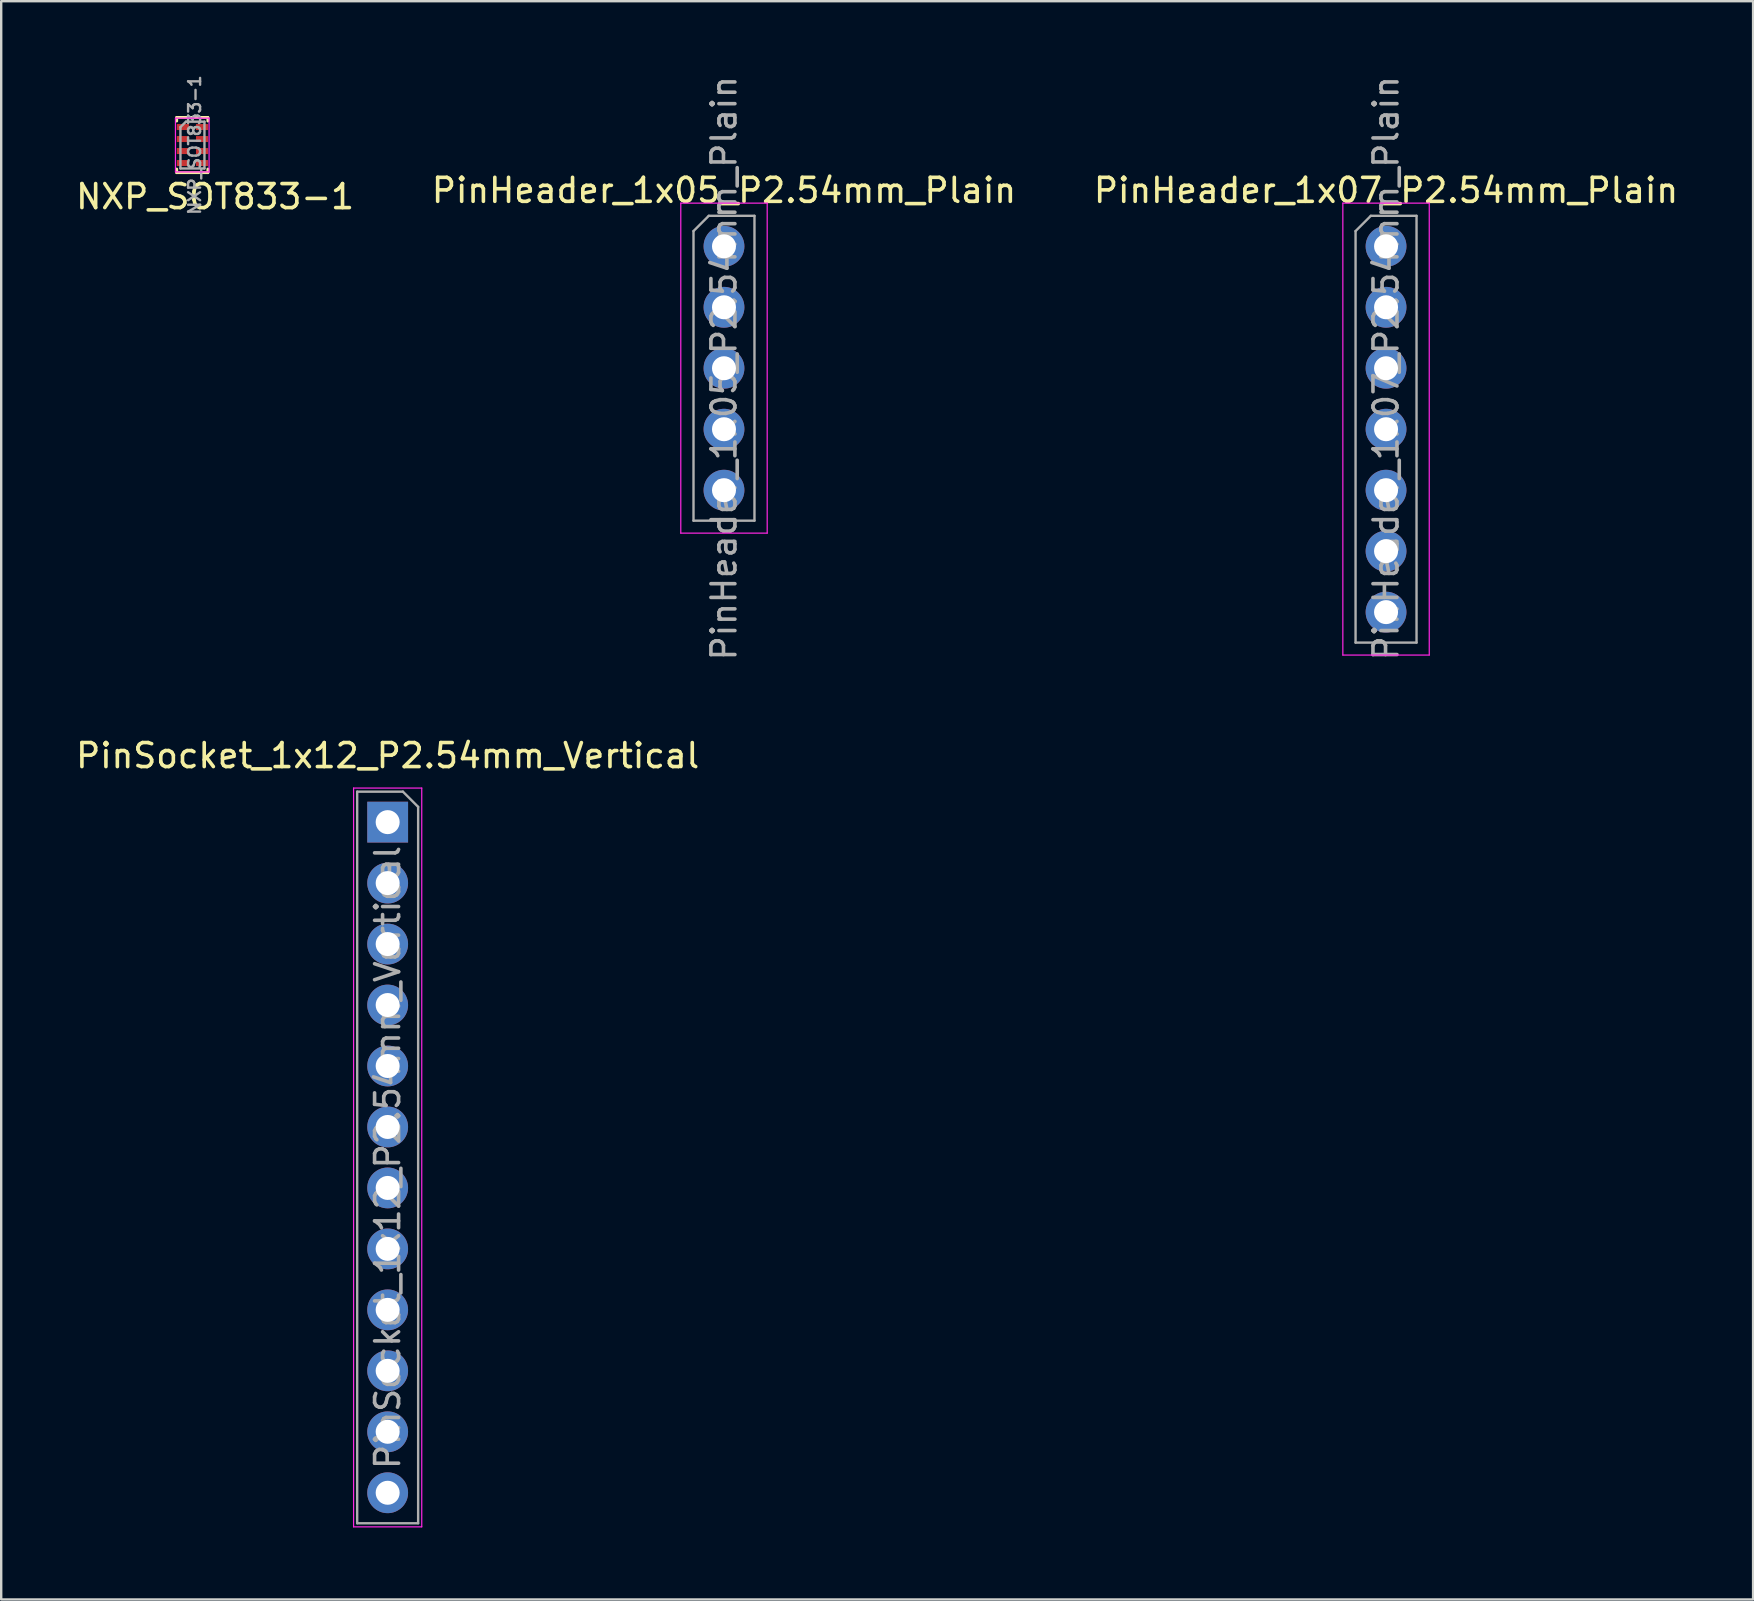
<source format=kicad_pcb>
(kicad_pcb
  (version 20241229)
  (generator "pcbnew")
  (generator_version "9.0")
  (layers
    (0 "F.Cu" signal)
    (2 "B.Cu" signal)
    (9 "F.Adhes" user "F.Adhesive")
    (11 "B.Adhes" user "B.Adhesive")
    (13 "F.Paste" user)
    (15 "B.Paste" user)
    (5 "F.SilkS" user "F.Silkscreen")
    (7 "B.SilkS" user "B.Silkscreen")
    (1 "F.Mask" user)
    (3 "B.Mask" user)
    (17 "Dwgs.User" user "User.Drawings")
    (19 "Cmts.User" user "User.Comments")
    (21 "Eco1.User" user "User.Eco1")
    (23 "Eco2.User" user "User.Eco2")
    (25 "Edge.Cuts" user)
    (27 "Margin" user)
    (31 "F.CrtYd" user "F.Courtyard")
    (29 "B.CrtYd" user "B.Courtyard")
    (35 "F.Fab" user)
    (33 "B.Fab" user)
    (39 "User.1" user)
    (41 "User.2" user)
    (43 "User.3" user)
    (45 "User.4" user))
  (footprint "PinHeader_1x07_P2.54mm_Plain"
    (layer "F.Cu")
    (at 54.696 7.212)
    (property "Reference" "PinHeader_1x07_P2.54mm_Plain" (at 0 -2.33 0) (layer "F.SilkS") (effects (font (size 1 1) (thickness 0.15))))
    (attr through_hole)
    (fp_line (start -1.8 -1.8) (end -1.8 17.03) (stroke (width 0.05) (type solid)) (layer "F.CrtYd"))
    (fp_line (start -1.8 17.03) (end 1.8 17.03) (stroke (width 0.05) (type solid)) (layer "F.CrtYd"))
    (fp_line (start 1.8 -1.8) (end -1.8 -1.8) (stroke (width 0.05) (type solid)) (layer "F.CrtYd"))
    (fp_line (start 1.8 17.03) (end 1.8 -1.8) (stroke (width 0.05) (type solid)) (layer "F.CrtYd"))
    (fp_line (start -1.27 -0.635) (end -0.635 -1.27) (stroke (width 0.1) (type solid)) (layer "F.Fab"))
    (fp_line (start -1.27 16.51) (end -1.27 -0.635) (stroke (width 0.1) (type solid)) (layer "F.Fab"))
    (fp_line (start -0.635 -1.27) (end 1.27 -1.27) (stroke (width 0.1) (type solid)) (layer "F.Fab"))
    (fp_line (start 1.27 -1.27) (end 1.27 16.51) (stroke (width 0.1) (type solid)) (layer "F.Fab"))
    (fp_line (start 1.27 16.51) (end -1.27 16.51) (stroke (width 0.1) (type solid)) (layer "F.Fab"))
    (fp_text user "${REFERENCE}" (at 0 5.08 90) (layer "F.Fab") (effects (font (size 1 1) (thickness 0.15))))
    (pad "1" thru_hole oval (at 0 0) (size 1.7 1.7) (drill 1) (layers "*.Cu" "*.Mask"))
    (pad "2" thru_hole oval (at 0 2.54) (size 1.7 1.7) (drill 1) (layers "*.Cu" "*.Mask"))
    (pad "3" thru_hole oval (at 0 5.08) (size 1.7 1.7) (drill 1) (layers "*.Cu" "*.Mask"))
    (pad "4" thru_hole oval (at 0 7.62) (size 1.7 1.7) (drill 1) (layers "*.Cu" "*.Mask"))
    (pad "5" thru_hole oval (at 0 10.16) (size 1.7 1.7) (drill 1) (layers "*.Cu" "*.Mask"))
    (pad "6" thru_hole oval (at 0 12.7) (size 1.7 1.7) (drill 1) (layers "*.Cu" "*.Mask"))
    (pad "7" thru_hole oval (at 0 15.24) (size 1.7 1.7) (drill 1) (layers "*.Cu" "*.Mask")))
  (footprint "PinHeader_1x05_P2.54mm_Plain"
    (layer "F.Cu")
    (at 27.113 7.212)
    (property "Reference" "PinHeader_1x05_P2.54mm_Plain" (at 0 -2.33 0) (layer "F.SilkS") (effects (font (size 1 1) (thickness 0.15))))
    (attr through_hole)
    (fp_line (start -1.8 -1.8) (end -1.8 11.95) (stroke (width 0.05) (type solid)) (layer "F.CrtYd"))
    (fp_line (start -1.8 11.95) (end 1.8 11.95) (stroke (width 0.05) (type solid)) (layer "F.CrtYd"))
    (fp_line (start 1.8 -1.8) (end -1.8 -1.8) (stroke (width 0.05) (type solid)) (layer "F.CrtYd"))
    (fp_line (start 1.8 11.95) (end 1.8 -1.8) (stroke (width 0.05) (type solid)) (layer "F.CrtYd"))
    (fp_line (start -1.27 -0.635) (end -0.635 -1.27) (stroke (width 0.1) (type solid)) (layer "F.Fab"))
    (fp_line (start -1.27 11.43) (end -1.27 -0.635) (stroke (width 0.1) (type solid)) (layer "F.Fab"))
    (fp_line (start -0.635 -1.27) (end 1.27 -1.27) (stroke (width 0.1) (type solid)) (layer "F.Fab"))
    (fp_line (start 1.27 -1.27) (end 1.27 11.43) (stroke (width 0.1) (type solid)) (layer "F.Fab"))
    (fp_line (start 1.27 11.43) (end -1.27 11.43) (stroke (width 0.1) (type solid)) (layer "F.Fab"))
    (fp_text user "${REFERENCE}" (at 0 5.08 90) (layer "F.Fab") (effects (font (size 1 1) (thickness 0.15))))
    (pad "1" thru_hole oval (at 0 0) (size 1.7 1.7) (drill 1) (layers "*.Cu" "*.Mask"))
    (pad "2" thru_hole oval (at 0 2.54) (size 1.7 1.7) (drill 1) (layers "*.Cu" "*.Mask"))
    (pad "3" thru_hole oval (at 0 5.08) (size 1.7 1.7) (drill 1) (layers "*.Cu" "*.Mask"))
    (pad "4" thru_hole oval (at 0 7.62) (size 1.7 1.7) (drill 1) (layers "*.Cu" "*.Mask"))
    (pad "5" thru_hole oval (at 0 10.16) (size 1.7 1.7) (drill 1) (layers "*.Cu" "*.Mask")))
  (footprint "NXP_SOT833-1"
    (layer "F.Cu")
    (at 4.968 2.993)
    (property "Reference" "NXP_SOT833-1" (at 0.943 2.15 180) (layer "F.SilkS") (effects (font (size 1 1) (thickness 0.15))))
    (attr smd)
    (fp_line (start -0.657 -1.15) (end -0.657 -1) (stroke (width 0.12) (type solid)) (layer "F.SilkS"))
    (fp_line (start -0.657 1.15) (end -0.657 1) (stroke (width 0.12) (type solid)) (layer "F.SilkS"))
    (fp_line (start 0.642 -1.15) (end -0.657 -1.15) (stroke (width 0.12) (type solid)) (layer "F.SilkS"))
    (fp_line (start 0.642 -1) (end 0.642 -1.15) (stroke (width 0.12) (type solid)) (layer "F.SilkS"))
    (fp_line (start 0.642 1) (end 0.642 1.15) (stroke (width 0.12) (type solid)) (layer "F.SilkS"))
    (fp_line (start 0.642 1.15) (end -0.657 1.15) (stroke (width 0.12) (type solid)) (layer "F.SilkS"))
    (fp_poly (pts (xy -0.55 -0.69) (xy -0.55 -0.81) (xy -0.25 -0.81) (xy -0.25 -0.69)) (stroke (width 0.1) (type solid)) (fill yes) (layer "F.Paste"))
    (fp_poly (pts (xy -0.55 -0.19) (xy -0.55 -0.31) (xy -0.25 -0.31) (xy -0.25 -0.19)) (stroke (width 0.1) (type solid)) (fill yes) (layer "F.Paste"))
    (fp_poly (pts (xy -0.55 0.31) (xy -0.55 0.19) (xy -0.25 0.19) (xy -0.25 0.31)) (stroke (width 0.1) (type solid)) (fill yes) (layer "F.Paste"))
    (fp_poly (pts (xy -0.55 0.81) (xy -0.55 0.69) (xy -0.25 0.69) (xy -0.25 0.81)) (stroke (width 0.1) (type solid)) (fill yes) (layer "F.Paste"))
    (fp_poly (pts (xy 0.24 -0.69) (xy 0.24 -0.81) (xy 0.54 -0.81) (xy 0.54 -0.69)) (stroke (width 0.1) (type solid)) (fill yes) (layer "F.Paste"))
    (fp_poly (pts (xy 0.24 -0.19) (xy 0.24 -0.31) (xy 0.54 -0.31) (xy 0.54 -0.19)) (stroke (width 0.1) (type solid)) (fill yes) (layer "F.Paste"))
    (fp_poly (pts (xy 0.24 0.31) (xy 0.24 0.19) (xy 0.54 0.19) (xy 0.54 0.31)) (stroke (width 0.1) (type solid)) (fill yes) (layer "F.Paste"))
    (fp_poly (pts (xy 0.24 0.81) (xy 0.24 0.69) (xy 0.54 0.69) (xy 0.54 0.81)) (stroke (width 0.1) (type solid)) (fill yes) (layer "F.Paste"))
    (fp_line (start -0.708 -1.12) (end 0.693 -1.12) (stroke (width 0.05) (type solid)) (layer "F.CrtYd"))
    (fp_line (start -0.708 1.12) (end -0.708 -1.12) (stroke (width 0.05) (type solid)) (layer "F.CrtYd"))
    (fp_line (start 0.693 -1.12) (end 0.693 1.12) (stroke (width 0.05) (type solid)) (layer "F.CrtYd"))
    (fp_line (start 0.693 1.12) (end -0.708 1.12) (stroke (width 0.05) (type solid)) (layer "F.CrtYd"))
    (fp_line (start -0.5 -0.75) (end -0.27 -0.975) (stroke (width 0.1) (type solid)) (layer "F.Fab"))
    (fp_line (start -0.5 0.975) (end -0.5 -0.75) (stroke (width 0.1) (type solid)) (layer "F.Fab"))
    (fp_line (start 0.5 -0.975) (end -0.27 -0.975) (stroke (width 0.1) (type solid)) (layer "F.Fab"))
    (fp_line (start 0.5 -0.975) (end 0.5 0.975) (stroke (width 0.1) (type solid)) (layer "F.Fab"))
    (fp_line (start 0.5 0.975) (end -0.5 0.975) (stroke (width 0.1) (type solid)) (layer "F.Fab"))
    (fp_text user "${REFERENCE}" (at 0.092 0 270) (layer "F.Fab") (effects (font (size 0.5 0.5) (thickness 0.1))))
    (pad "1" smd rect (at -0.4 -0.75 270) (size 0.25 0.505) (layers "F.Cu" "F.Mask"))
    (pad "2" smd rect (at -0.4 -0.25 270) (size 0.25 0.505) (layers "F.Cu" "F.Mask"))
    (pad "3" smd rect (at -0.4 0.25 270) (size 0.25 0.505) (layers "F.Cu" "F.Mask"))
    (pad "4" smd rect (at -0.4 0.75 270) (size 0.25 0.505) (layers "F.Cu" "F.Mask"))
    (pad "5" smd rect (at 0.4 0.75 270) (size 0.25 0.505) (layers "F.Cu" "F.Mask"))
    (pad "6" smd rect (at 0.4 0.25 270) (size 0.25 0.505) (layers "F.Cu" "F.Mask"))
    (pad "7" smd rect (at 0.4 -0.25 270) (size 0.25 0.505) (layers "F.Cu" "F.Mask"))
    (pad "8" smd rect (at 0.4 -0.75 270) (size 0.25 0.505) (layers "F.Cu" "F.Mask")))
  (footprint "PinSocket_1x12_P2.54mm_Vertical"
    (layer "F.Cu")
    (at 13.101 31.202)
    (property "Reference" "PinSocket_1x12_P2.54mm_Vertical" (at 0 -2.77 0) (layer "F.SilkS") (effects (font (size 1 1) (thickness 0.15))))
    (attr through_hole)
    (fp_line (start -1.42 -1.42) (end 1.42 -1.42) (stroke (width 0.05) (type solid)) (layer "F.CrtYd"))
    (fp_line (start -1.42 29.36) (end -1.42 -1.42) (stroke (width 0.05) (type solid)) (layer "F.CrtYd"))
    (fp_line (start 1.42 -1.42) (end 1.42 29.36) (stroke (width 0.05) (type solid)) (layer "F.CrtYd"))
    (fp_line (start 1.42 29.36) (end -1.42 29.36) (stroke (width 0.05) (type solid)) (layer "F.CrtYd"))
    (fp_line (start -1.27 -1.27) (end 0.635 -1.27) (stroke (width 0.1) (type solid)) (layer "F.Fab"))
    (fp_line (start -1.27 29.21) (end -1.27 -1.27) (stroke (width 0.1) (type solid)) (layer "F.Fab"))
    (fp_line (start 0.635 -1.27) (end 1.27 -0.635) (stroke (width 0.1) (type solid)) (layer "F.Fab"))
    (fp_line (start 1.27 -0.635) (end 1.27 29.21) (stroke (width 0.1) (type solid)) (layer "F.Fab"))
    (fp_line (start 1.27 29.21) (end -1.27 29.21) (stroke (width 0.1) (type solid)) (layer "F.Fab"))
    (fp_text user "${REFERENCE}" (at 0 13.97 90) (layer "F.Fab") (effects (font (size 1 1) (thickness 0.15))))
    (pad "1" thru_hole rect (at 0 0) (size 1.7 1.7) (drill 1) (layers "*.Cu" "*.Mask"))
    (pad "2" thru_hole oval (at 0 2.54) (size 1.7 1.7) (drill 1) (layers "*.Cu" "*.Mask"))
    (pad "3" thru_hole oval (at 0 5.08) (size 1.7 1.7) (drill 1) (layers "*.Cu" "*.Mask"))
    (pad "4" thru_hole oval (at 0 7.62) (size 1.7 1.7) (drill 1) (layers "*.Cu" "*.Mask"))
    (pad "5" thru_hole oval (at 0 10.16) (size 1.7 1.7) (drill 1) (layers "*.Cu" "*.Mask"))
    (pad "6" thru_hole oval (at 0 12.7) (size 1.7 1.7) (drill 1) (layers "*.Cu" "*.Mask"))
    (pad "7" thru_hole oval (at 0 15.24) (size 1.7 1.7) (drill 1) (layers "*.Cu" "*.Mask"))
    (pad "8" thru_hole oval (at 0 17.78) (size 1.7 1.7) (drill 1) (layers "*.Cu" "*.Mask"))
    (pad "9" thru_hole oval (at 0 20.32) (size 1.7 1.7) (drill 1) (layers "*.Cu" "*.Mask"))
    (pad "10" thru_hole oval (at 0 22.86) (size 1.7 1.7) (drill 1) (layers "*.Cu" "*.Mask"))
    (pad "11" thru_hole oval (at 0 25.4) (size 1.7 1.7) (drill 1) (layers "*.Cu" "*.Mask"))
    (pad "12" thru_hole oval (at 0 27.94) (size 1.7 1.7) (drill 1) (layers "*.Cu" "*.Mask")))
  (gr_rect
    (start -3 -3)
    (end 69.988 63.587)
    (stroke (width 0.1) (type default))
    (fill no)
    (layer "Edge.Cuts")))
</source>
